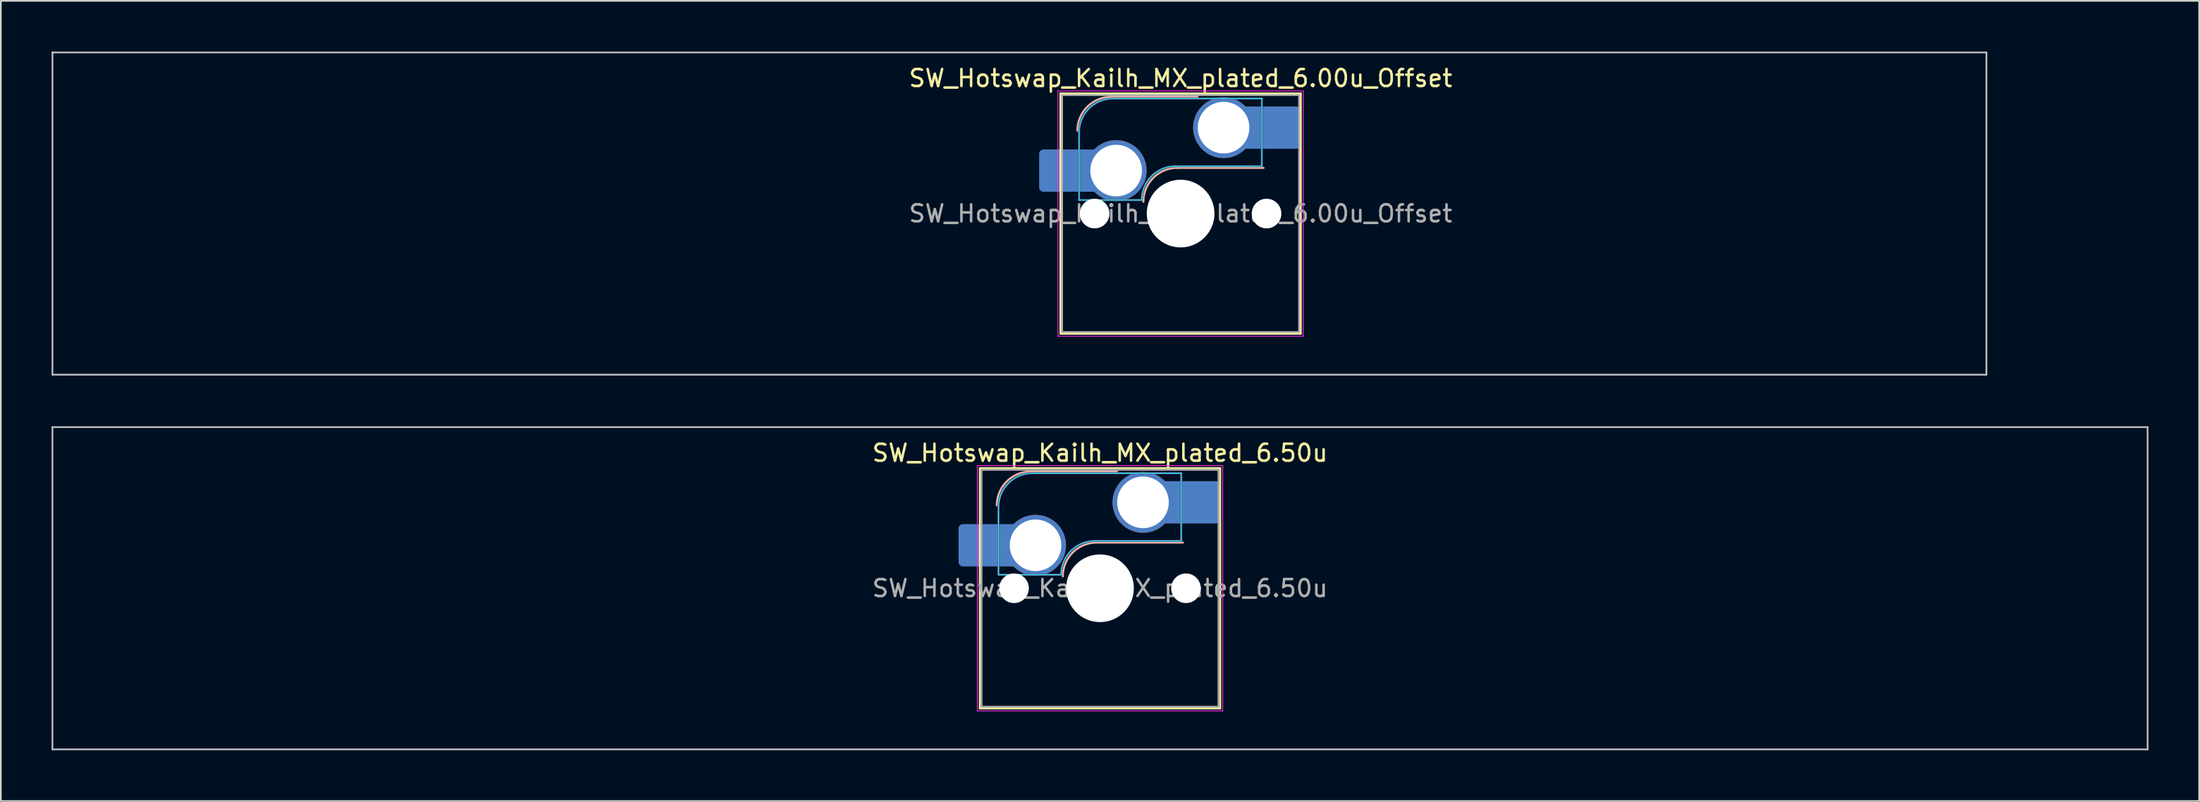
<source format=kicad_pcb>
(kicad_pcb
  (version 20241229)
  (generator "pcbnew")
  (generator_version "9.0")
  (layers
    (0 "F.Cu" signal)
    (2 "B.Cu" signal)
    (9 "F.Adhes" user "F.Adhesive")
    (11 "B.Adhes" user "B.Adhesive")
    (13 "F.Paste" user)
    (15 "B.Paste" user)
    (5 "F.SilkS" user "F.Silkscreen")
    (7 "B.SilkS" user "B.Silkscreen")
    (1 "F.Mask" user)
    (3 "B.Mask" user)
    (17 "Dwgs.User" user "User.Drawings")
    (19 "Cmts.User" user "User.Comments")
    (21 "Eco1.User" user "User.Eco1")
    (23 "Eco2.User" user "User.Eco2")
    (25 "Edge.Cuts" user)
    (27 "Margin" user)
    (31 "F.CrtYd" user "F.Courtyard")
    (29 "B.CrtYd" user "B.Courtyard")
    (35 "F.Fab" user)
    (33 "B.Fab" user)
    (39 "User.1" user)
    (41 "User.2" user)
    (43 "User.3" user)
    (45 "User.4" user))
  (footprint "SW_Hotswap_Kailh_MX_plated_6.50u"
    (layer "F.Cu")
    (at 61.962 31.725)
    (property "Reference" "SW_Hotswap_Kailh_MX_plated_6.50u" (at 0 -8 0) (layer "F.SilkS") (effects (font (size 1 1) (thickness 0.15))))
    (attr smd)
    (fp_line (start -7.1 -7.1) (end -7.1 7.1) (stroke (width 0.12) (type solid)) (layer "F.SilkS"))
    (fp_line (start -7.1 7.1) (end 7.1 7.1) (stroke (width 0.12) (type solid)) (layer "F.SilkS"))
    (fp_line (start 7.1 -7.1) (end -7.1 -7.1) (stroke (width 0.12) (type solid)) (layer "F.SilkS"))
    (fp_line (start 7.1 7.1) (end 7.1 -7.1) (stroke (width 0.12) (type solid)) (layer "F.SilkS"))
    (fp_line (start -4.1 -6.9) (end 1 -6.9) (stroke (width 0.12) (type solid)) (layer "B.SilkS"))
    (fp_line (start -0.2 -2.7) (end 4.9 -2.7) (stroke (width 0.12) (type solid)) (layer "B.SilkS"))
    (fp_arc (start -6.1 -4.9) (mid -5.514214 -6.314214) (end -4.1 -6.9) (stroke (width 0.12) (type solid)) (layer "B.SilkS"))
    (fp_arc (start -2.2 -0.7) (mid -1.614214 -2.114214) (end -0.2 -2.7) (stroke (width 0.12) (type solid)) (layer "B.SilkS"))
    (fp_line (start -61.913 -9.525) (end -61.913 9.525) (stroke (width 0.1) (type solid)) (layer "Dwgs.User"))
    (fp_line (start -61.913 9.525) (end 61.913 9.525) (stroke (width 0.1) (type solid)) (layer "Dwgs.User"))
    (fp_line (start 61.913 -9.525) (end -61.913 -9.525) (stroke (width 0.1) (type solid)) (layer "Dwgs.User"))
    (fp_line (start 61.913 9.525) (end 61.913 -9.525) (stroke (width 0.1) (type solid)) (layer "Dwgs.User"))
    (fp_line (start -7.8 -6) (end -7 -6) (stroke (width 0.1) (type solid)) (layer "Eco1.User"))
    (fp_line (start -7.8 -2.9) (end -7.8 -6) (stroke (width 0.1) (type solid)) (layer "Eco1.User"))
    (fp_line (start -7.8 2.9) (end -7 2.9) (stroke (width 0.1) (type solid)) (layer "Eco1.User"))
    (fp_line (start -7.8 6) (end -7.8 2.9) (stroke (width 0.1) (type solid)) (layer "Eco1.User"))
    (fp_line (start -7 -7) (end 7 -7) (stroke (width 0.1) (type solid)) (layer "Eco1.User"))
    (fp_line (start -7 -6) (end -7 -7) (stroke (width 0.1) (type solid)) (layer "Eco1.User"))
    (fp_line (start -7 -2.9) (end -7.8 -2.9) (stroke (width 0.1) (type solid)) (layer "Eco1.User"))
    (fp_line (start -7 2.9) (end -7 -2.9) (stroke (width 0.1) (type solid)) (layer "Eco1.User"))
    (fp_line (start -7 6) (end -7.8 6) (stroke (width 0.1) (type solid)) (layer "Eco1.User"))
    (fp_line (start -7 7) (end -7 6) (stroke (width 0.1) (type solid)) (layer "Eco1.User"))
    (fp_line (start 7 -7) (end 7 -6) (stroke (width 0.1) (type solid)) (layer "Eco1.User"))
    (fp_line (start 7 -6) (end 7.8 -6) (stroke (width 0.1) (type solid)) (layer "Eco1.User"))
    (fp_line (start 7 -2.9) (end 7 2.9) (stroke (width 0.1) (type solid)) (layer "Eco1.User"))
    (fp_line (start 7 2.9) (end 7.8 2.9) (stroke (width 0.1) (type solid)) (layer "Eco1.User"))
    (fp_line (start 7 6) (end 7 7) (stroke (width 0.1) (type solid)) (layer "Eco1.User"))
    (fp_line (start 7 7) (end -7 7) (stroke (width 0.1) (type solid)) (layer "Eco1.User"))
    (fp_line (start 7.8 -6) (end 7.8 -2.9) (stroke (width 0.1) (type solid)) (layer "Eco1.User"))
    (fp_line (start 7.8 -2.9) (end 7 -2.9) (stroke (width 0.1) (type solid)) (layer "Eco1.User"))
    (fp_line (start 7.8 2.9) (end 7.8 6) (stroke (width 0.1) (type solid)) (layer "Eco1.User"))
    (fp_line (start 7.8 6) (end 7 6) (stroke (width 0.1) (type solid)) (layer "Eco1.User"))
    (fp_line (start -6 -0.8) (end -6 -4.8) (stroke (width 0.05) (type solid)) (layer "B.CrtYd"))
    (fp_line (start -6 -0.8) (end -2.3 -0.8) (stroke (width 0.05) (type solid)) (layer "B.CrtYd"))
    (fp_line (start -4 -6.8) (end 4.8 -6.8) (stroke (width 0.05) (type solid)) (layer "B.CrtYd"))
    (fp_line (start -0.3 -2.8) (end 4.8 -2.8) (stroke (width 0.05) (type solid)) (layer "B.CrtYd"))
    (fp_line (start 4.8 -6.8) (end 4.8 -2.8) (stroke (width 0.05) (type solid)) (layer "B.CrtYd"))
    (fp_arc (start -6 -4.8) (mid -5.414214 -6.214214) (end -4 -6.8) (stroke (width 0.05) (type solid)) (layer "B.CrtYd"))
    (fp_arc (start -2.3 -0.8) (mid -1.714214 -2.214214) (end -0.3 -2.8) (stroke (width 0.05) (type solid)) (layer "B.CrtYd"))
    (fp_line (start -7.25 -7.25) (end -7.25 7.25) (stroke (width 0.05) (type solid)) (layer "F.CrtYd"))
    (fp_line (start -7.25 7.25) (end 7.25 7.25) (stroke (width 0.05) (type solid)) (layer "F.CrtYd"))
    (fp_line (start 7.25 -7.25) (end -7.25 -7.25) (stroke (width 0.05) (type solid)) (layer "F.CrtYd"))
    (fp_line (start 7.25 7.25) (end 7.25 -7.25) (stroke (width 0.05) (type solid)) (layer "F.CrtYd"))
    (fp_line (start -6 -0.8) (end -6 -4.8) (stroke (width 0.12) (type solid)) (layer "B.Fab"))
    (fp_line (start -6 -0.8) (end -2.3 -0.8) (stroke (width 0.12) (type solid)) (layer "B.Fab"))
    (fp_line (start -4 -6.8) (end 4.8 -6.8) (stroke (width 0.12) (type solid)) (layer "B.Fab"))
    (fp_line (start -0.3 -2.8) (end 4.8 -2.8) (stroke (width 0.12) (type solid)) (layer "B.Fab"))
    (fp_line (start 4.8 -6.8) (end 4.8 -2.8) (stroke (width 0.12) (type solid)) (layer "B.Fab"))
    (fp_arc (start -6 -4.8) (mid -5.414214 -6.214214) (end -4 -6.8) (stroke (width 0.12) (type solid)) (layer "B.Fab"))
    (fp_arc (start -2.3 -0.8) (mid -1.714214 -2.214214) (end -0.3 -2.8) (stroke (width 0.12) (type solid)) (layer "B.Fab"))
    (fp_line (start -7 -7) (end -7 7) (stroke (width 0.1) (type solid)) (layer "F.Fab"))
    (fp_line (start -7 7) (end 7 7) (stroke (width 0.1) (type solid)) (layer "F.Fab"))
    (fp_line (start 7 -7) (end -7 -7) (stroke (width 0.1) (type solid)) (layer "F.Fab"))
    (fp_line (start 7 7) (end 7 -7) (stroke (width 0.1) (type solid)) (layer "F.Fab"))
    (fp_text user "${REFERENCE}" (at 0 0 0) (layer "F.Fab") (effects (font (size 1 1) (thickness 0.15))))
    (pad "" smd roundrect (at -7.085 -2.54) (size 2.55 2.5) (layers "B.Mask" "B.Paste") (roundrect_rratio 0.1))
    (pad "" np_thru_hole circle (at -5.08 0) (size 1.75 1.75) (drill 1.75) (layers "*.Cu" "*.Mask"))
    (pad "" smd circle (at -3.81 -2.54) (size 3.1 3.1) (layers "F.Mask"))
    (pad "" np_thru_hole circle (at 0 0) (size 4 4) (drill 4) (layers "*.Cu" "*.Mask"))
    (pad "" smd circle (at 2.54 -5.08) (size 3.1 3.1) (layers "F.Mask"))
    (pad "" np_thru_hole circle (at 5.08 0) (size 1.75 1.75) (drill 1.75) (layers "*.Cu" "*.Mask"))
    (pad "" smd roundrect (at 5.842 -5.08) (size 2.55 2.5) (layers "B.Mask" "B.Paste") (roundrect_rratio 0.1))
    (pad "1" smd roundrect (at -6.585 -2.54) (size 3.55 2.5) (layers "B.Cu") (roundrect_rratio 0.1))
    (pad "1" thru_hole circle (at -3.81 -2.54) (size 3.6 3.6) (drill 3.05) (layers "*.Cu" "B.Mask"))
    (pad "2" thru_hole circle (at 2.54 -5.08) (size 3.6 3.6) (drill 3.05) (layers "*.Cu" "B.Mask"))
    (pad "2" smd roundrect (at 5.32 -5.08) (size 3.55 2.5) (layers "B.Cu") (roundrect_rratio 0.1)))
  (footprint "SW_Hotswap_Kailh_MX_plated_6.00u_Offset"
    (layer "F.Cu")
    (at 66.725 9.575)
    (property "Reference" "SW_Hotswap_Kailh_MX_plated_6.00u_Offset" (at 0 -8 0) (layer "F.SilkS") (effects (font (size 1 1) (thickness 0.15))))
    (attr smd)
    (fp_line (start -7.1 -7.1) (end -7.1 7.1) (stroke (width 0.12) (type solid)) (layer "F.SilkS"))
    (fp_line (start -7.1 7.1) (end 7.1 7.1) (stroke (width 0.12) (type solid)) (layer "F.SilkS"))
    (fp_line (start 7.1 -7.1) (end -7.1 -7.1) (stroke (width 0.12) (type solid)) (layer "F.SilkS"))
    (fp_line (start 7.1 7.1) (end 7.1 -7.1) (stroke (width 0.12) (type solid)) (layer "F.SilkS"))
    (fp_line (start -4.1 -6.9) (end 1 -6.9) (stroke (width 0.12) (type solid)) (layer "B.SilkS"))
    (fp_line (start -0.2 -2.7) (end 4.9 -2.7) (stroke (width 0.12) (type solid)) (layer "B.SilkS"))
    (fp_arc (start -6.1 -4.9) (mid -5.514214 -6.314214) (end -4.1 -6.9) (stroke (width 0.12) (type solid)) (layer "B.SilkS"))
    (fp_arc (start -2.2 -0.7) (mid -1.614214 -2.114214) (end -0.2 -2.7) (stroke (width 0.12) (type solid)) (layer "B.SilkS"))
    (fp_line (start -66.675 -9.525) (end -66.675 9.525) (stroke (width 0.1) (type solid)) (layer "Dwgs.User"))
    (fp_line (start -66.675 9.525) (end 47.625 9.525) (stroke (width 0.1) (type solid)) (layer "Dwgs.User"))
    (fp_line (start 47.625 -9.525) (end -66.675 -9.525) (stroke (width 0.1) (type solid)) (layer "Dwgs.User"))
    (fp_line (start 47.625 9.525) (end 47.625 -9.525) (stroke (width 0.1) (type solid)) (layer "Dwgs.User"))
    (fp_line (start -7.8 -6) (end -7 -6) (stroke (width 0.1) (type solid)) (layer "Eco1.User"))
    (fp_line (start -7.8 -2.9) (end -7.8 -6) (stroke (width 0.1) (type solid)) (layer "Eco1.User"))
    (fp_line (start -7.8 2.9) (end -7 2.9) (stroke (width 0.1) (type solid)) (layer "Eco1.User"))
    (fp_line (start -7.8 6) (end -7.8 2.9) (stroke (width 0.1) (type solid)) (layer "Eco1.User"))
    (fp_line (start -7 -7) (end 7 -7) (stroke (width 0.1) (type solid)) (layer "Eco1.User"))
    (fp_line (start -7 -6) (end -7 -7) (stroke (width 0.1) (type solid)) (layer "Eco1.User"))
    (fp_line (start -7 -2.9) (end -7.8 -2.9) (stroke (width 0.1) (type solid)) (layer "Eco1.User"))
    (fp_line (start -7 2.9) (end -7 -2.9) (stroke (width 0.1) (type solid)) (layer "Eco1.User"))
    (fp_line (start -7 6) (end -7.8 6) (stroke (width 0.1) (type solid)) (layer "Eco1.User"))
    (fp_line (start -7 7) (end -7 6) (stroke (width 0.1) (type solid)) (layer "Eco1.User"))
    (fp_line (start 7 -7) (end 7 -6) (stroke (width 0.1) (type solid)) (layer "Eco1.User"))
    (fp_line (start 7 -6) (end 7.8 -6) (stroke (width 0.1) (type solid)) (layer "Eco1.User"))
    (fp_line (start 7 -2.9) (end 7 2.9) (stroke (width 0.1) (type solid)) (layer "Eco1.User"))
    (fp_line (start 7 2.9) (end 7.8 2.9) (stroke (width 0.1) (type solid)) (layer "Eco1.User"))
    (fp_line (start 7 6) (end 7 7) (stroke (width 0.1) (type solid)) (layer "Eco1.User"))
    (fp_line (start 7 7) (end -7 7) (stroke (width 0.1) (type solid)) (layer "Eco1.User"))
    (fp_line (start 7.8 -6) (end 7.8 -2.9) (stroke (width 0.1) (type solid)) (layer "Eco1.User"))
    (fp_line (start 7.8 -2.9) (end 7 -2.9) (stroke (width 0.1) (type solid)) (layer "Eco1.User"))
    (fp_line (start 7.8 2.9) (end 7.8 6) (stroke (width 0.1) (type solid)) (layer "Eco1.User"))
    (fp_line (start 7.8 6) (end 7 6) (stroke (width 0.1) (type solid)) (layer "Eco1.User"))
    (fp_line (start -6 -0.8) (end -6 -4.8) (stroke (width 0.05) (type solid)) (layer "B.CrtYd"))
    (fp_line (start -6 -0.8) (end -2.3 -0.8) (stroke (width 0.05) (type solid)) (layer "B.CrtYd"))
    (fp_line (start -4 -6.8) (end 4.8 -6.8) (stroke (width 0.05) (type solid)) (layer "B.CrtYd"))
    (fp_line (start -0.3 -2.8) (end 4.8 -2.8) (stroke (width 0.05) (type solid)) (layer "B.CrtYd"))
    (fp_line (start 4.8 -6.8) (end 4.8 -2.8) (stroke (width 0.05) (type solid)) (layer "B.CrtYd"))
    (fp_arc (start -6 -4.8) (mid -5.414214 -6.214214) (end -4 -6.8) (stroke (width 0.05) (type solid)) (layer "B.CrtYd"))
    (fp_arc (start -2.3 -0.8) (mid -1.714214 -2.214214) (end -0.3 -2.8) (stroke (width 0.05) (type solid)) (layer "B.CrtYd"))
    (fp_line (start -7.25 -7.25) (end -7.25 7.25) (stroke (width 0.05) (type solid)) (layer "F.CrtYd"))
    (fp_line (start -7.25 7.25) (end 7.25 7.25) (stroke (width 0.05) (type solid)) (layer "F.CrtYd"))
    (fp_line (start 7.25 -7.25) (end -7.25 -7.25) (stroke (width 0.05) (type solid)) (layer "F.CrtYd"))
    (fp_line (start 7.25 7.25) (end 7.25 -7.25) (stroke (width 0.05) (type solid)) (layer "F.CrtYd"))
    (fp_line (start -6 -0.8) (end -6 -4.8) (stroke (width 0.12) (type solid)) (layer "B.Fab"))
    (fp_line (start -6 -0.8) (end -2.3 -0.8) (stroke (width 0.12) (type solid)) (layer "B.Fab"))
    (fp_line (start -4 -6.8) (end 4.8 -6.8) (stroke (width 0.12) (type solid)) (layer "B.Fab"))
    (fp_line (start -0.3 -2.8) (end 4.8 -2.8) (stroke (width 0.12) (type solid)) (layer "B.Fab"))
    (fp_line (start 4.8 -6.8) (end 4.8 -2.8) (stroke (width 0.12) (type solid)) (layer "B.Fab"))
    (fp_arc (start -6 -4.8) (mid -5.414214 -6.214214) (end -4 -6.8) (stroke (width 0.12) (type solid)) (layer "B.Fab"))
    (fp_arc (start -2.3 -0.8) (mid -1.714214 -2.214214) (end -0.3 -2.8) (stroke (width 0.12) (type solid)) (layer "B.Fab"))
    (fp_line (start -7 -7) (end -7 7) (stroke (width 0.1) (type solid)) (layer "F.Fab"))
    (fp_line (start -7 7) (end 7 7) (stroke (width 0.1) (type solid)) (layer "F.Fab"))
    (fp_line (start 7 -7) (end -7 -7) (stroke (width 0.1) (type solid)) (layer "F.Fab"))
    (fp_line (start 7 7) (end 7 -7) (stroke (width 0.1) (type solid)) (layer "F.Fab"))
    (fp_text user "${REFERENCE}" (at 0 0 0) (layer "F.Fab") (effects (font (size 1 1) (thickness 0.15))))
    (pad "" smd roundrect (at -7.085 -2.54) (size 2.55 2.5) (layers "B.Mask" "B.Paste") (roundrect_rratio 0.1))
    (pad "" np_thru_hole circle (at -5.08 0) (size 1.75 1.75) (drill 1.75) (layers "*.Cu" "*.Mask"))
    (pad "" smd circle (at -3.81 -2.54) (size 3.1 3.1) (layers "F.Mask"))
    (pad "" np_thru_hole circle (at 0 0) (size 4 4) (drill 4) (layers "*.Cu" "*.Mask"))
    (pad "" smd circle (at 2.54 -5.08) (size 3.1 3.1) (layers "F.Mask"))
    (pad "" np_thru_hole circle (at 5.08 0) (size 1.75 1.75) (drill 1.75) (layers "*.Cu" "*.Mask"))
    (pad "" smd roundrect (at 5.842 -5.08) (size 2.55 2.5) (layers "B.Mask" "B.Paste") (roundrect_rratio 0.1))
    (pad "1" smd roundrect (at -6.585 -2.54) (size 3.55 2.5) (layers "B.Cu") (roundrect_rratio 0.1))
    (pad "1" thru_hole circle (at -3.81 -2.54) (size 3.6 3.6) (drill 3.05) (layers "*.Cu" "B.Mask"))
    (pad "2" thru_hole circle (at 2.54 -5.08) (size 3.6 3.6) (drill 3.05) (layers "*.Cu" "B.Mask"))
    (pad "2" smd roundrect (at 5.32 -5.08) (size 3.55 2.5) (layers "B.Cu") (roundrect_rratio 0.1)))
  (gr_rect
    (start -3 -3)
    (end 126.925 44.3)
    (stroke (width 0.1) (type default))
    (fill no)
    (layer "Edge.Cuts")))
</source>
